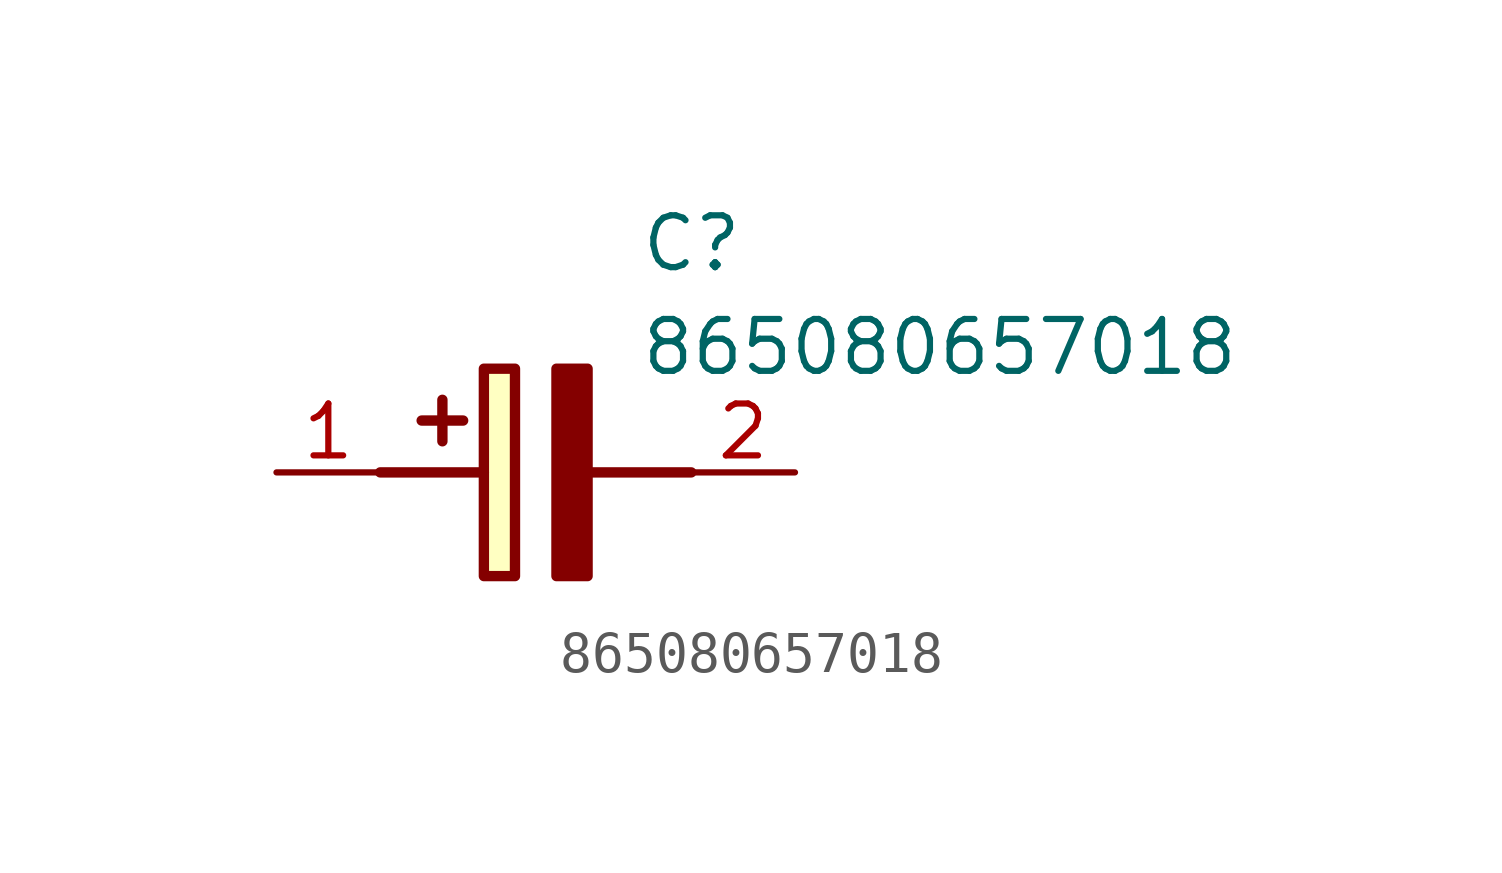
<source format=kicad_sym>
(kicad_symbol_lib
  (version 20211014)
  (generator SamacSys_ECAD_Model)
  (symbol "865080657018"
    (pin_names hide)
    (property "Reference" "C"
      (at 8.89 6.35 0)
      (effects (font (size 1.27 1.27)) (justify left top)))
    (property "Value" "865080657018"
      (at 8.89 3.81 0)
      (effects (font (size 1.27 1.27)) (justify left top)))
    (rectangle
      (start 5.08 2.54)
      (end 5.842 -2.54)
      (stroke (width 0.254) (type default))
      (fill (type background)))
    (polyline
      (pts (xy 4.572 1.27) (xy 3.556 1.27))
      (stroke (width 0.254) (type default))
      (fill (type none)))
    (polyline
      (pts (xy 4.064 1.778) (xy 4.064 0.762))
      (stroke (width 0.254) (type default))
      (fill (type none)))
    (polyline
      (pts (xy 2.54 0) (xy 5.08 0))
      (stroke (width 0.254) (type default))
      (fill (type none)))
    (polyline
      (pts (xy 7.62 0) (xy 10.16 0))
      (stroke (width 0.254) (type default))
      (fill (type none)))
    (polyline
      (pts (xy 7.62 2.54) (xy 7.62 -2.54) (xy 6.858 -2.54) (xy 6.858 2.54) (xy 7.62 2.54))
      (stroke (width 0.254) (type default))
      (fill (type outline)))
    (pin passive line
      (at 0 0 0)
      (length 2.54)
      (name "+" (effects (font (size 1.27 1.27))))
      (number "1" (effects (font (size 1.27 1.27)))))
    (pin passive line
      (at 12.7 0 180)
      (length 2.54)
      (name "-" (effects (font (size 1.27 1.27))))
      (number "2" (effects (font (size 1.27 1.27)))))))
</source>
